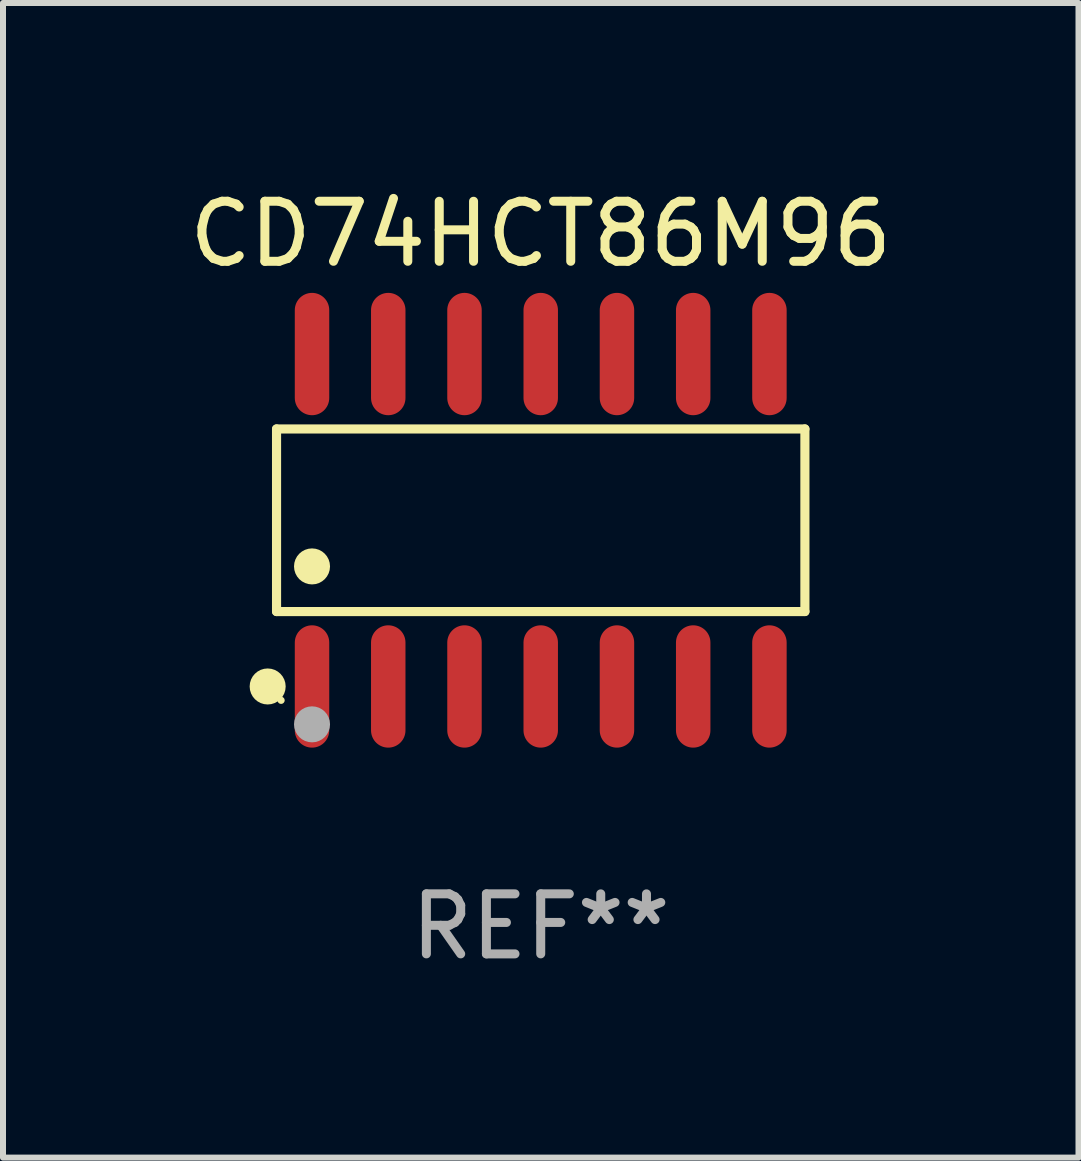
<source format=kicad_pcb>
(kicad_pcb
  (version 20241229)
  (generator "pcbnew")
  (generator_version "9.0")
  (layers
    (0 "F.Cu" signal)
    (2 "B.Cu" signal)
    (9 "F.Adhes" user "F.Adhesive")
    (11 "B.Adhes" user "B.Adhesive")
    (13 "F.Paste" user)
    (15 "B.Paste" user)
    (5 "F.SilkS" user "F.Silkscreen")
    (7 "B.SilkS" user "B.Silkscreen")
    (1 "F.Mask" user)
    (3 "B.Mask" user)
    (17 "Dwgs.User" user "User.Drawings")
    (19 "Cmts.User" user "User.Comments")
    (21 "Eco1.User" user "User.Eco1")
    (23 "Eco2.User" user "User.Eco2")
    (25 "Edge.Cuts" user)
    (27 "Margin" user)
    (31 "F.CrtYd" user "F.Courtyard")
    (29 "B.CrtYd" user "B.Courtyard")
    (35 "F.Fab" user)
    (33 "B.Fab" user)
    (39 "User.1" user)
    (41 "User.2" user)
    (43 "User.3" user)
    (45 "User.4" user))
  (footprint "CD74HCT86M96"
    (layer "F.Cu")
    (at 5.958 5.617)
    (property "Reference" "CD74HCT86M96" (at 0 -4.769 0) (layer "F.SilkS") (effects (font (size 1 1) (thickness 0.15))))
    (attr through_hole)
    (fp_line (start -4.401 -1.521) (end 4.401 -1.521) (stroke (width 0.152) (type solid)) (layer "F.SilkS"))
    (fp_line (start -4.401 1.521) (end -4.401 -1.521) (stroke (width 0.152) (type solid)) (layer "F.SilkS"))
    (fp_line (start 4.401 -1.521) (end 4.401 1.521) (stroke (width 0.152) (type solid)) (layer "F.SilkS"))
    (fp_line (start 4.401 1.521) (end -4.401 1.521) (stroke (width 0.152) (type solid)) (layer "F.SilkS"))
    (fp_circle (center -4.549 2.769) (end -4.399 2.769) (stroke (width 0.3) (type solid)) (fill no) (layer "F.SilkS"))
    (fp_circle (center -4.325 3) (end -4.295 3) (stroke (width 0.06) (type solid)) (fill no) (layer "F.SilkS"))
    (fp_circle (center -3.81 0.769) (end -3.66 0.769) (stroke (width 0.3) (type solid)) (fill no) (layer "F.SilkS"))
    (fp_circle (center -3.81 3.4) (end -3.66 3.4) (stroke (width 0.3) (type solid)) (fill no) (layer "F.Fab"))
    (fp_text user "REF**" (at 0 6.769 0) (layer "F.Fab") (effects (font (size 1 1) (thickness 0.15))))
    (pad "1" smd oval (at -3.81 2.769) (size 0.574 2.038) (layers "F.Cu" "F.Mask" "F.Paste"))
    (pad "2" smd oval (at -2.54 2.769) (size 0.574 2.038) (layers "F.Cu" "F.Mask" "F.Paste"))
    (pad "3" smd oval (at -1.27 2.769) (size 0.574 2.038) (layers "F.Cu" "F.Mask" "F.Paste"))
    (pad "4" smd oval (at 0 2.769) (size 0.574 2.038) (layers "F.Cu" "F.Mask" "F.Paste"))
    (pad "5" smd oval (at 1.27 2.769) (size 0.574 2.038) (layers "F.Cu" "F.Mask" "F.Paste"))
    (pad "6" smd oval (at 2.54 2.769) (size 0.574 2.038) (layers "F.Cu" "F.Mask" "F.Paste"))
    (pad "7" smd oval (at 3.81 2.769) (size 0.574 2.038) (layers "F.Cu" "F.Mask" "F.Paste"))
    (pad "8" smd oval (at 3.81 -2.769) (size 0.574 2.038) (layers "F.Cu" "F.Mask" "F.Paste"))
    (pad "9" smd oval (at 2.54 -2.769) (size 0.574 2.038) (layers "F.Cu" "F.Mask" "F.Paste"))
    (pad "10" smd oval (at 1.27 -2.769) (size 0.574 2.038) (layers "F.Cu" "F.Mask" "F.Paste"))
    (pad "11" smd oval (at 0 -2.769) (size 0.574 2.038) (layers "F.Cu" "F.Mask" "F.Paste"))
    (pad "12" smd oval (at -1.27 -2.769) (size 0.574 2.038) (layers "F.Cu" "F.Mask" "F.Paste"))
    (pad "13" smd oval (at -2.54 -2.769) (size 0.574 2.038) (layers "F.Cu" "F.Mask" "F.Paste"))
    (pad "14" smd oval (at -3.81 -2.769) (size 0.574 2.038) (layers "F.Cu" "F.Mask" "F.Paste")))
  (gr_rect
    (start -3 -3)
    (end 14.917 16.235)
    (stroke (width 0.1) (type default))
    (fill no)
    (layer "Edge.Cuts")))
</source>
